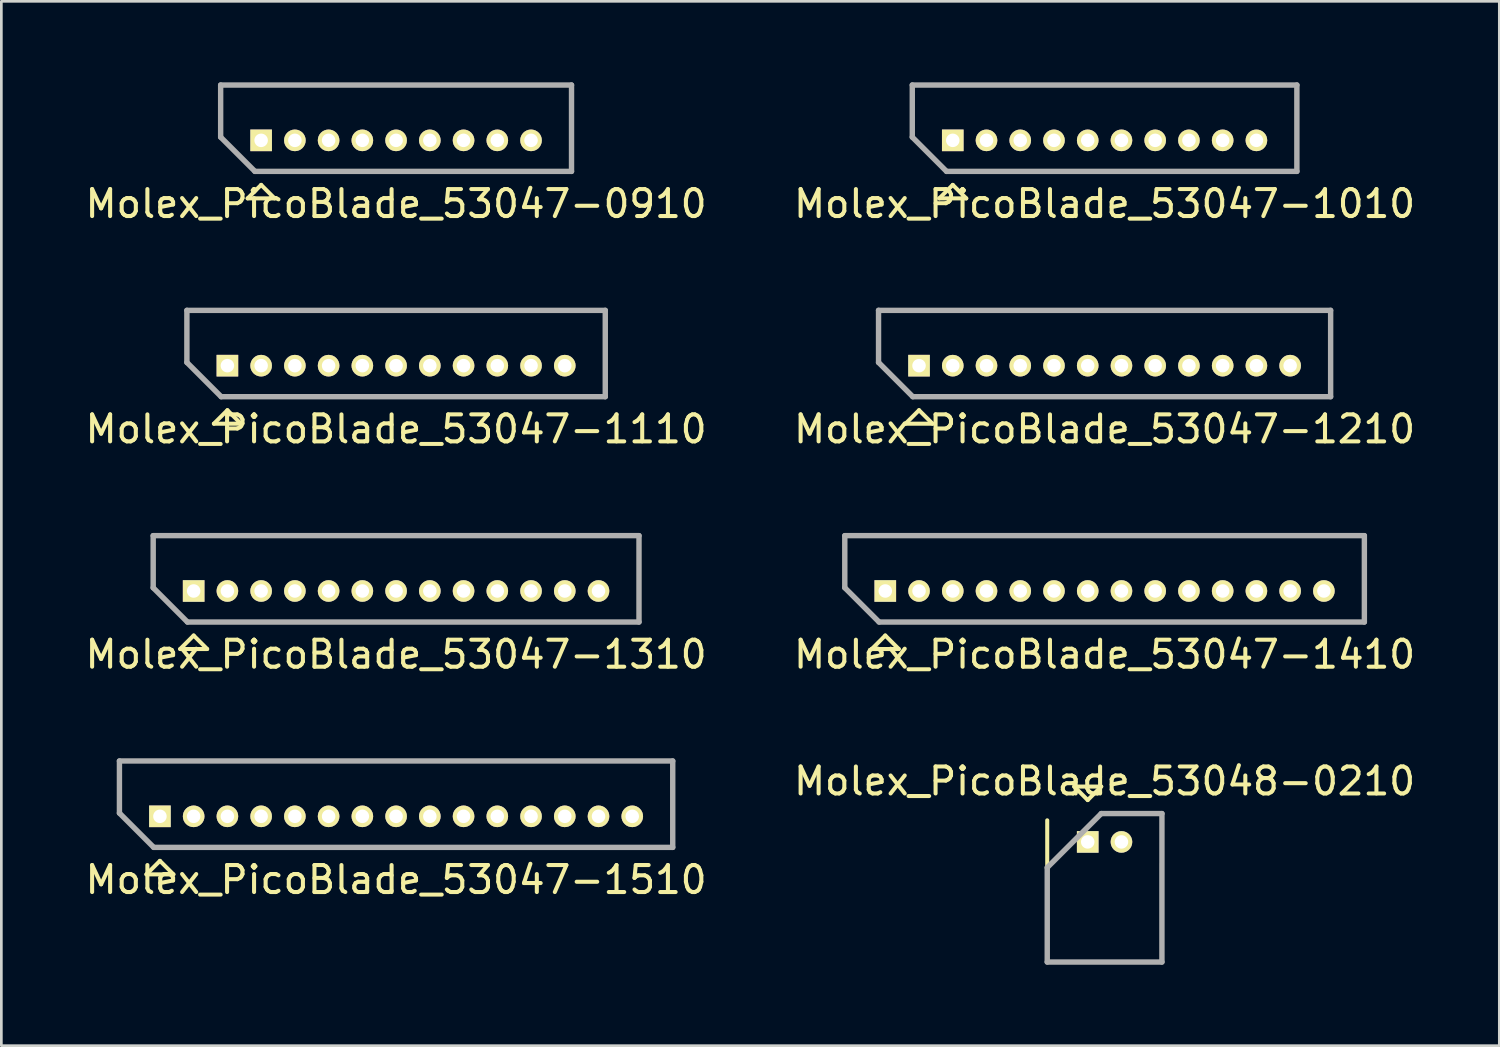
<source format=kicad_pcb>
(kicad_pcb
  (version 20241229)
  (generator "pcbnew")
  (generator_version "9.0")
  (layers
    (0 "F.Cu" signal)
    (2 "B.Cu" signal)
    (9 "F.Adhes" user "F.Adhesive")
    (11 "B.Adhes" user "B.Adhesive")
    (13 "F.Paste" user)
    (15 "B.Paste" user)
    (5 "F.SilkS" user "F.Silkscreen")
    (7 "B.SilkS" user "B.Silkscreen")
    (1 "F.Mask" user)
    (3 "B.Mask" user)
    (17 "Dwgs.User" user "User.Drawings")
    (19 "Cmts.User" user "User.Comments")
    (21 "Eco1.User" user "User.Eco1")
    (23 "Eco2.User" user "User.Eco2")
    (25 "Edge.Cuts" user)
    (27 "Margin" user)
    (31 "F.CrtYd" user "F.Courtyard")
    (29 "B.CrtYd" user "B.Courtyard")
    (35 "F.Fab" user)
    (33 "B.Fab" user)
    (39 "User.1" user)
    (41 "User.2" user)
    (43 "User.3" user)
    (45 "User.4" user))
  (footprint "Molex_PicoBlade_53047-0910"
    (layer "F.Cu")
    (at 6.625 2.15)
    (property "Reference" "Molex_PicoBlade_53047-0910" (at 5 2.35 0) (layer "F.SilkS") (effects (font (size 1 1) (thickness 0.15))))
    (attr through_hole)
    (fp_line (start -1.5 -2.05) (end 11.5 -2.05) (stroke (width 0.15) (type solid)) (layer "F.SilkS"))
    (fp_line (start -1.5 -0.12) (end -1.5 -2.05) (stroke (width 0.15) (type solid)) (layer "F.SilkS"))
    (fp_line (start -0.5 2.15) (end 0 1.65) (stroke (width 0.15) (type solid)) (layer "F.SilkS"))
    (fp_line (start 0 1.65) (end 0.5 2.15) (stroke (width 0.15) (type solid)) (layer "F.SilkS"))
    (fp_line (start 0.5 2.15) (end -0.5 2.15) (stroke (width 0.15) (type solid)) (layer "F.SilkS"))
    (fp_line (start 11.5 -2.05) (end 11.5 1.15) (stroke (width 0.15) (type solid)) (layer "F.SilkS"))
    (fp_line (start 11.5 1.15) (end -0.23 1.15) (stroke (width 0.15) (type solid)) (layer "F.SilkS"))
    (fp_line (start -1.5 -2.05) (end 11.5 -2.05) (stroke (width 0.2) (type solid)) (layer "F.Fab"))
    (fp_line (start -1.5 -0.12) (end -1.5 -2.05) (stroke (width 0.2) (type solid)) (layer "F.Fab"))
    (fp_line (start -0.23 1.15) (end -1.5 -0.12) (stroke (width 0.2) (type solid)) (layer "F.Fab"))
    (fp_line (start 11.5 -2.05) (end 11.5 1.15) (stroke (width 0.2) (type solid)) (layer "F.Fab"))
    (fp_line (start 11.5 1.15) (end -0.23 1.15) (stroke (width 0.2) (type solid)) (layer "F.Fab"))
    (pad "1" thru_hole rect (at 0 0) (size 0.8 0.8) (drill 0.5) (layers "*.Cu" "*.Mask" "F.SilkS"))
    (pad "2" thru_hole oval (at 1.25 0) (size 0.8 0.8) (drill 0.5) (layers "*.Cu" "*.Mask" "F.SilkS"))
    (pad "3" thru_hole oval (at 2.5 0) (size 0.8 0.8) (drill 0.5) (layers "*.Cu" "*.Mask" "F.SilkS"))
    (pad "4" thru_hole oval (at 3.75 0) (size 0.8 0.8) (drill 0.5) (layers "*.Cu" "*.Mask" "F.SilkS"))
    (pad "5" thru_hole oval (at 5 0) (size 0.8 0.8) (drill 0.5) (layers "*.Cu" "*.Mask" "F.SilkS"))
    (pad "6" thru_hole oval (at 6.25 0) (size 0.8 0.8) (drill 0.5) (layers "*.Cu" "*.Mask" "F.SilkS"))
    (pad "7" thru_hole oval (at 7.5 0) (size 0.8 0.8) (drill 0.5) (layers "*.Cu" "*.Mask" "F.SilkS"))
    (pad "8" thru_hole oval (at 8.75 0) (size 0.8 0.8) (drill 0.5) (layers "*.Cu" "*.Mask" "F.SilkS"))
    (pad "9" thru_hole oval (at 10 0) (size 0.8 0.8) (drill 0.5) (layers "*.Cu" "*.Mask" "F.SilkS")))
  (footprint "Molex_PicoBlade_53047-1510"
    (layer "F.Cu")
    (at 2.875 27.195)
    (property "Reference" "Molex_PicoBlade_53047-1510" (at 8.75 2.35 0) (layer "F.SilkS") (effects (font (size 1 1) (thickness 0.15))))
    (attr through_hole)
    (fp_line (start -1.5 -2.05) (end 19 -2.05) (stroke (width 0.15) (type solid)) (layer "F.SilkS"))
    (fp_line (start -1.5 -0.12) (end -1.5 -2.05) (stroke (width 0.15) (type solid)) (layer "F.SilkS"))
    (fp_line (start -0.5 2.15) (end 0 1.65) (stroke (width 0.15) (type solid)) (layer "F.SilkS"))
    (fp_line (start 0 1.65) (end 0.5 2.15) (stroke (width 0.15) (type solid)) (layer "F.SilkS"))
    (fp_line (start 0.5 2.15) (end -0.5 2.15) (stroke (width 0.15) (type solid)) (layer "F.SilkS"))
    (fp_line (start 19 -2.05) (end 19 1.15) (stroke (width 0.15) (type solid)) (layer "F.SilkS"))
    (fp_line (start 19 1.15) (end -0.23 1.15) (stroke (width 0.15) (type solid)) (layer "F.SilkS"))
    (fp_line (start -1.5 -2.05) (end 19 -2.05) (stroke (width 0.2) (type solid)) (layer "F.Fab"))
    (fp_line (start -1.5 -0.12) (end -1.5 -2.05) (stroke (width 0.2) (type solid)) (layer "F.Fab"))
    (fp_line (start -0.23 1.15) (end -1.5 -0.12) (stroke (width 0.2) (type solid)) (layer "F.Fab"))
    (fp_line (start 19 -2.05) (end 19 1.15) (stroke (width 0.2) (type solid)) (layer "F.Fab"))
    (fp_line (start 19 1.15) (end -0.23 1.15) (stroke (width 0.2) (type solid)) (layer "F.Fab"))
    (pad "1" thru_hole rect (at 0 0) (size 0.8 0.8) (drill 0.5) (layers "*.Cu" "*.Mask" "F.SilkS"))
    (pad "2" thru_hole oval (at 1.25 0) (size 0.8 0.8) (drill 0.5) (layers "*.Cu" "*.Mask" "F.SilkS"))
    (pad "3" thru_hole oval (at 2.5 0) (size 0.8 0.8) (drill 0.5) (layers "*.Cu" "*.Mask" "F.SilkS"))
    (pad "4" thru_hole oval (at 3.75 0) (size 0.8 0.8) (drill 0.5) (layers "*.Cu" "*.Mask" "F.SilkS"))
    (pad "5" thru_hole oval (at 5 0) (size 0.8 0.8) (drill 0.5) (layers "*.Cu" "*.Mask" "F.SilkS"))
    (pad "6" thru_hole oval (at 6.25 0) (size 0.8 0.8) (drill 0.5) (layers "*.Cu" "*.Mask" "F.SilkS"))
    (pad "7" thru_hole oval (at 7.5 0) (size 0.8 0.8) (drill 0.5) (layers "*.Cu" "*.Mask" "F.SilkS"))
    (pad "8" thru_hole oval (at 8.75 0) (size 0.8 0.8) (drill 0.5) (layers "*.Cu" "*.Mask" "F.SilkS"))
    (pad "9" thru_hole oval (at 10 0) (size 0.8 0.8) (drill 0.5) (layers "*.Cu" "*.Mask" "F.SilkS"))
    (pad "10" thru_hole oval (at 11.25 0) (size 0.8 0.8) (drill 0.5) (layers "*.Cu" "*.Mask" "F.SilkS"))
    (pad "11" thru_hole oval (at 12.5 0) (size 0.8 0.8) (drill 0.5) (layers "*.Cu" "*.Mask" "F.SilkS"))
    (pad "12" thru_hole oval (at 13.75 0) (size 0.8 0.8) (drill 0.5) (layers "*.Cu" "*.Mask" "F.SilkS"))
    (pad "13" thru_hole oval (at 15 0) (size 0.8 0.8) (drill 0.5) (layers "*.Cu" "*.Mask" "F.SilkS"))
    (pad "14" thru_hole oval (at 16.25 0) (size 0.8 0.8) (drill 0.5) (layers "*.Cu" "*.Mask" "F.SilkS"))
    (pad "15" thru_hole oval (at 17.5 0) (size 0.8 0.8) (drill 0.5) (layers "*.Cu" "*.Mask" "F.SilkS")))
  (footprint "Molex_PicoBlade_53047-1110"
    (layer "F.Cu")
    (at 5.375 10.498)
    (property "Reference" "Molex_PicoBlade_53047-1110" (at 6.25 2.35 0) (layer "F.SilkS") (effects (font (size 1 1) (thickness 0.15))))
    (attr through_hole)
    (fp_line (start -1.5 -2.05) (end 14 -2.05) (stroke (width 0.15) (type solid)) (layer "F.SilkS"))
    (fp_line (start -1.5 -0.12) (end -1.5 -2.05) (stroke (width 0.15) (type solid)) (layer "F.SilkS"))
    (fp_line (start -0.5 2.15) (end 0 1.65) (stroke (width 0.15) (type solid)) (layer "F.SilkS"))
    (fp_line (start 0 1.65) (end 0.5 2.15) (stroke (width 0.15) (type solid)) (layer "F.SilkS"))
    (fp_line (start 0.5 2.15) (end -0.5 2.15) (stroke (width 0.15) (type solid)) (layer "F.SilkS"))
    (fp_line (start 14 -2.05) (end 14 1.15) (stroke (width 0.15) (type solid)) (layer "F.SilkS"))
    (fp_line (start 14 1.15) (end -0.23 1.15) (stroke (width 0.15) (type solid)) (layer "F.SilkS"))
    (fp_line (start -1.5 -2.05) (end 14 -2.05) (stroke (width 0.2) (type solid)) (layer "F.Fab"))
    (fp_line (start -1.5 -0.12) (end -1.5 -2.05) (stroke (width 0.2) (type solid)) (layer "F.Fab"))
    (fp_line (start -0.23 1.15) (end -1.5 -0.12) (stroke (width 0.2) (type solid)) (layer "F.Fab"))
    (fp_line (start 14 -2.05) (end 14 1.15) (stroke (width 0.2) (type solid)) (layer "F.Fab"))
    (fp_line (start 14 1.15) (end -0.23 1.15) (stroke (width 0.2) (type solid)) (layer "F.Fab"))
    (pad "1" thru_hole rect (at 0 0) (size 0.8 0.8) (drill 0.5) (layers "*.Cu" "*.Mask" "F.SilkS"))
    (pad "2" thru_hole oval (at 1.25 0) (size 0.8 0.8) (drill 0.5) (layers "*.Cu" "*.Mask" "F.SilkS"))
    (pad "3" thru_hole oval (at 2.5 0) (size 0.8 0.8) (drill 0.5) (layers "*.Cu" "*.Mask" "F.SilkS"))
    (pad "4" thru_hole oval (at 3.75 0) (size 0.8 0.8) (drill 0.5) (layers "*.Cu" "*.Mask" "F.SilkS"))
    (pad "5" thru_hole oval (at 5 0) (size 0.8 0.8) (drill 0.5) (layers "*.Cu" "*.Mask" "F.SilkS"))
    (pad "6" thru_hole oval (at 6.25 0) (size 0.8 0.8) (drill 0.5) (layers "*.Cu" "*.Mask" "F.SilkS"))
    (pad "7" thru_hole oval (at 7.5 0) (size 0.8 0.8) (drill 0.5) (layers "*.Cu" "*.Mask" "F.SilkS"))
    (pad "8" thru_hole oval (at 8.75 0) (size 0.8 0.8) (drill 0.5) (layers "*.Cu" "*.Mask" "F.SilkS"))
    (pad "9" thru_hole oval (at 10 0) (size 0.8 0.8) (drill 0.5) (layers "*.Cu" "*.Mask" "F.SilkS"))
    (pad "10" thru_hole oval (at 11.25 0) (size 0.8 0.8) (drill 0.5) (layers "*.Cu" "*.Mask" "F.SilkS"))
    (pad "11" thru_hole oval (at 12.5 0) (size 0.8 0.8) (drill 0.5) (layers "*.Cu" "*.Mask" "F.SilkS")))
  (footprint "Molex_PicoBlade_53047-1410"
    (layer "F.Cu")
    (at 29.75 18.846)
    (property "Reference" "Molex_PicoBlade_53047-1410" (at 8.125 2.35 0) (layer "F.SilkS") (effects (font (size 1 1) (thickness 0.15))))
    (attr through_hole)
    (fp_line (start -1.5 -2.05) (end 17.75 -2.05) (stroke (width 0.15) (type solid)) (layer "F.SilkS"))
    (fp_line (start -1.5 -0.12) (end -1.5 -2.05) (stroke (width 0.15) (type solid)) (layer "F.SilkS"))
    (fp_line (start -0.5 2.15) (end 0 1.65) (stroke (width 0.15) (type solid)) (layer "F.SilkS"))
    (fp_line (start 0 1.65) (end 0.5 2.15) (stroke (width 0.15) (type solid)) (layer "F.SilkS"))
    (fp_line (start 0.5 2.15) (end -0.5 2.15) (stroke (width 0.15) (type solid)) (layer "F.SilkS"))
    (fp_line (start 17.75 -2.05) (end 17.75 1.15) (stroke (width 0.15) (type solid)) (layer "F.SilkS"))
    (fp_line (start 17.75 1.15) (end -0.23 1.15) (stroke (width 0.15) (type solid)) (layer "F.SilkS"))
    (fp_line (start -1.5 -2.05) (end 17.75 -2.05) (stroke (width 0.2) (type solid)) (layer "F.Fab"))
    (fp_line (start -1.5 -0.12) (end -1.5 -2.05) (stroke (width 0.2) (type solid)) (layer "F.Fab"))
    (fp_line (start -0.23 1.15) (end -1.5 -0.12) (stroke (width 0.2) (type solid)) (layer "F.Fab"))
    (fp_line (start 17.75 -2.05) (end 17.75 1.15) (stroke (width 0.2) (type solid)) (layer "F.Fab"))
    (fp_line (start 17.75 1.15) (end -0.23 1.15) (stroke (width 0.2) (type solid)) (layer "F.Fab"))
    (pad "1" thru_hole rect (at 0 0) (size 0.8 0.8) (drill 0.5) (layers "*.Cu" "*.Mask" "F.SilkS"))
    (pad "2" thru_hole oval (at 1.25 0) (size 0.8 0.8) (drill 0.5) (layers "*.Cu" "*.Mask" "F.SilkS"))
    (pad "3" thru_hole oval (at 2.5 0) (size 0.8 0.8) (drill 0.5) (layers "*.Cu" "*.Mask" "F.SilkS"))
    (pad "4" thru_hole oval (at 3.75 0) (size 0.8 0.8) (drill 0.5) (layers "*.Cu" "*.Mask" "F.SilkS"))
    (pad "5" thru_hole oval (at 5 0) (size 0.8 0.8) (drill 0.5) (layers "*.Cu" "*.Mask" "F.SilkS"))
    (pad "6" thru_hole oval (at 6.25 0) (size 0.8 0.8) (drill 0.5) (layers "*.Cu" "*.Mask" "F.SilkS"))
    (pad "7" thru_hole oval (at 7.5 0) (size 0.8 0.8) (drill 0.5) (layers "*.Cu" "*.Mask" "F.SilkS"))
    (pad "8" thru_hole oval (at 8.75 0) (size 0.8 0.8) (drill 0.5) (layers "*.Cu" "*.Mask" "F.SilkS"))
    (pad "9" thru_hole oval (at 10 0) (size 0.8 0.8) (drill 0.5) (layers "*.Cu" "*.Mask" "F.SilkS"))
    (pad "10" thru_hole oval (at 11.25 0) (size 0.8 0.8) (drill 0.5) (layers "*.Cu" "*.Mask" "F.SilkS"))
    (pad "11" thru_hole oval (at 12.5 0) (size 0.8 0.8) (drill 0.5) (layers "*.Cu" "*.Mask" "F.SilkS"))
    (pad "12" thru_hole oval (at 13.75 0) (size 0.8 0.8) (drill 0.5) (layers "*.Cu" "*.Mask" "F.SilkS"))
    (pad "13" thru_hole oval (at 15 0) (size 0.8 0.8) (drill 0.5) (layers "*.Cu" "*.Mask" "F.SilkS"))
    (pad "14" thru_hole oval (at 16.25 0) (size 0.8 0.8) (drill 0.5) (layers "*.Cu" "*.Mask" "F.SilkS")))
  (footprint "Molex_PicoBlade_53047-1310"
    (layer "F.Cu")
    (at 4.125 18.846)
    (property "Reference" "Molex_PicoBlade_53047-1310" (at 7.5 2.35 0) (layer "F.SilkS") (effects (font (size 1 1) (thickness 0.15))))
    (attr through_hole)
    (fp_line (start -1.5 -2.05) (end 16.5 -2.05) (stroke (width 0.15) (type solid)) (layer "F.SilkS"))
    (fp_line (start -1.5 -0.12) (end -1.5 -2.05) (stroke (width 0.15) (type solid)) (layer "F.SilkS"))
    (fp_line (start -0.5 2.15) (end 0 1.65) (stroke (width 0.15) (type solid)) (layer "F.SilkS"))
    (fp_line (start 0 1.65) (end 0.5 2.15) (stroke (width 0.15) (type solid)) (layer "F.SilkS"))
    (fp_line (start 0.5 2.15) (end -0.5 2.15) (stroke (width 0.15) (type solid)) (layer "F.SilkS"))
    (fp_line (start 16.5 -2.05) (end 16.5 1.15) (stroke (width 0.15) (type solid)) (layer "F.SilkS"))
    (fp_line (start 16.5 1.15) (end -0.23 1.15) (stroke (width 0.15) (type solid)) (layer "F.SilkS"))
    (fp_line (start -1.5 -2.05) (end 16.5 -2.05) (stroke (width 0.2) (type solid)) (layer "F.Fab"))
    (fp_line (start -1.5 -0.12) (end -1.5 -2.05) (stroke (width 0.2) (type solid)) (layer "F.Fab"))
    (fp_line (start -0.23 1.15) (end -1.5 -0.12) (stroke (width 0.2) (type solid)) (layer "F.Fab"))
    (fp_line (start 16.5 -2.05) (end 16.5 1.15) (stroke (width 0.2) (type solid)) (layer "F.Fab"))
    (fp_line (start 16.5 1.15) (end -0.23 1.15) (stroke (width 0.2) (type solid)) (layer "F.Fab"))
    (pad "1" thru_hole rect (at 0 0) (size 0.8 0.8) (drill 0.5) (layers "*.Cu" "*.Mask" "F.SilkS"))
    (pad "2" thru_hole oval (at 1.25 0) (size 0.8 0.8) (drill 0.5) (layers "*.Cu" "*.Mask" "F.SilkS"))
    (pad "3" thru_hole oval (at 2.5 0) (size 0.8 0.8) (drill 0.5) (layers "*.Cu" "*.Mask" "F.SilkS"))
    (pad "4" thru_hole oval (at 3.75 0) (size 0.8 0.8) (drill 0.5) (layers "*.Cu" "*.Mask" "F.SilkS"))
    (pad "5" thru_hole oval (at 5 0) (size 0.8 0.8) (drill 0.5) (layers "*.Cu" "*.Mask" "F.SilkS"))
    (pad "6" thru_hole oval (at 6.25 0) (size 0.8 0.8) (drill 0.5) (layers "*.Cu" "*.Mask" "F.SilkS"))
    (pad "7" thru_hole oval (at 7.5 0) (size 0.8 0.8) (drill 0.5) (layers "*.Cu" "*.Mask" "F.SilkS"))
    (pad "8" thru_hole oval (at 8.75 0) (size 0.8 0.8) (drill 0.5) (layers "*.Cu" "*.Mask" "F.SilkS"))
    (pad "9" thru_hole oval (at 10 0) (size 0.8 0.8) (drill 0.5) (layers "*.Cu" "*.Mask" "F.SilkS"))
    (pad "10" thru_hole oval (at 11.25 0) (size 0.8 0.8) (drill 0.5) (layers "*.Cu" "*.Mask" "F.SilkS"))
    (pad "11" thru_hole oval (at 12.5 0) (size 0.8 0.8) (drill 0.5) (layers "*.Cu" "*.Mask" "F.SilkS"))
    (pad "12" thru_hole oval (at 13.75 0) (size 0.8 0.8) (drill 0.5) (layers "*.Cu" "*.Mask" "F.SilkS"))
    (pad "13" thru_hole oval (at 15 0) (size 0.8 0.8) (drill 0.5) (layers "*.Cu" "*.Mask" "F.SilkS")))
  (footprint "Molex_PicoBlade_53047-1210"
    (layer "F.Cu")
    (at 31 10.498)
    (property "Reference" "Molex_PicoBlade_53047-1210" (at 6.875 2.35 0) (layer "F.SilkS") (effects (font (size 1 1) (thickness 0.15))))
    (attr through_hole)
    (fp_line (start -1.5 -2.05) (end 15.25 -2.05) (stroke (width 0.15) (type solid)) (layer "F.SilkS"))
    (fp_line (start -1.5 -0.12) (end -1.5 -2.05) (stroke (width 0.15) (type solid)) (layer "F.SilkS"))
    (fp_line (start -0.5 2.15) (end 0 1.65) (stroke (width 0.15) (type solid)) (layer "F.SilkS"))
    (fp_line (start 0 1.65) (end 0.5 2.15) (stroke (width 0.15) (type solid)) (layer "F.SilkS"))
    (fp_line (start 0.5 2.15) (end -0.5 2.15) (stroke (width 0.15) (type solid)) (layer "F.SilkS"))
    (fp_line (start 15.25 -2.05) (end 15.25 1.15) (stroke (width 0.15) (type solid)) (layer "F.SilkS"))
    (fp_line (start 15.25 1.15) (end -0.23 1.15) (stroke (width 0.15) (type solid)) (layer "F.SilkS"))
    (fp_line (start -1.5 -2.05) (end 15.25 -2.05) (stroke (width 0.2) (type solid)) (layer "F.Fab"))
    (fp_line (start -1.5 -0.12) (end -1.5 -2.05) (stroke (width 0.2) (type solid)) (layer "F.Fab"))
    (fp_line (start -0.23 1.15) (end -1.5 -0.12) (stroke (width 0.2) (type solid)) (layer "F.Fab"))
    (fp_line (start 15.25 -2.05) (end 15.25 1.15) (stroke (width 0.2) (type solid)) (layer "F.Fab"))
    (fp_line (start 15.25 1.15) (end -0.23 1.15) (stroke (width 0.2) (type solid)) (layer "F.Fab"))
    (pad "1" thru_hole rect (at 0 0) (size 0.8 0.8) (drill 0.5) (layers "*.Cu" "*.Mask" "F.SilkS"))
    (pad "2" thru_hole oval (at 1.25 0) (size 0.8 0.8) (drill 0.5) (layers "*.Cu" "*.Mask" "F.SilkS"))
    (pad "3" thru_hole oval (at 2.5 0) (size 0.8 0.8) (drill 0.5) (layers "*.Cu" "*.Mask" "F.SilkS"))
    (pad "4" thru_hole oval (at 3.75 0) (size 0.8 0.8) (drill 0.5) (layers "*.Cu" "*.Mask" "F.SilkS"))
    (pad "5" thru_hole oval (at 5 0) (size 0.8 0.8) (drill 0.5) (layers "*.Cu" "*.Mask" "F.SilkS"))
    (pad "6" thru_hole oval (at 6.25 0) (size 0.8 0.8) (drill 0.5) (layers "*.Cu" "*.Mask" "F.SilkS"))
    (pad "7" thru_hole oval (at 7.5 0) (size 0.8 0.8) (drill 0.5) (layers "*.Cu" "*.Mask" "F.SilkS"))
    (pad "8" thru_hole oval (at 8.75 0) (size 0.8 0.8) (drill 0.5) (layers "*.Cu" "*.Mask" "F.SilkS"))
    (pad "9" thru_hole oval (at 10 0) (size 0.8 0.8) (drill 0.5) (layers "*.Cu" "*.Mask" "F.SilkS"))
    (pad "10" thru_hole oval (at 11.25 0) (size 0.8 0.8) (drill 0.5) (layers "*.Cu" "*.Mask" "F.SilkS"))
    (pad "11" thru_hole oval (at 12.5 0) (size 0.8 0.8) (drill 0.5) (layers "*.Cu" "*.Mask" "F.SilkS"))
    (pad "12" thru_hole oval (at 13.75 0) (size 0.8 0.8) (drill 0.5) (layers "*.Cu" "*.Mask" "F.SilkS")))
  (footprint "Molex_PicoBlade_53047-1010"
    (layer "F.Cu")
    (at 32.25 2.15)
    (property "Reference" "Molex_PicoBlade_53047-1010" (at 5.625 2.35 0) (layer "F.SilkS") (effects (font (size 1 1) (thickness 0.15))))
    (attr through_hole)
    (fp_line (start -1.5 -2.05) (end 12.75 -2.05) (stroke (width 0.15) (type solid)) (layer "F.SilkS"))
    (fp_line (start -1.5 -0.12) (end -1.5 -2.05) (stroke (width 0.15) (type solid)) (layer "F.SilkS"))
    (fp_line (start -0.5 2.15) (end 0 1.65) (stroke (width 0.15) (type solid)) (layer "F.SilkS"))
    (fp_line (start 0 1.65) (end 0.5 2.15) (stroke (width 0.15) (type solid)) (layer "F.SilkS"))
    (fp_line (start 0.5 2.15) (end -0.5 2.15) (stroke (width 0.15) (type solid)) (layer "F.SilkS"))
    (fp_line (start 12.75 -2.05) (end 12.75 1.15) (stroke (width 0.15) (type solid)) (layer "F.SilkS"))
    (fp_line (start 12.75 1.15) (end -0.23 1.15) (stroke (width 0.15) (type solid)) (layer "F.SilkS"))
    (fp_line (start -1.5 -2.05) (end 12.75 -2.05) (stroke (width 0.2) (type solid)) (layer "F.Fab"))
    (fp_line (start -1.5 -0.12) (end -1.5 -2.05) (stroke (width 0.2) (type solid)) (layer "F.Fab"))
    (fp_line (start -0.23 1.15) (end -1.5 -0.12) (stroke (width 0.2) (type solid)) (layer "F.Fab"))
    (fp_line (start 12.75 -2.05) (end 12.75 1.15) (stroke (width 0.2) (type solid)) (layer "F.Fab"))
    (fp_line (start 12.75 1.15) (end -0.23 1.15) (stroke (width 0.2) (type solid)) (layer "F.Fab"))
    (pad "1" thru_hole rect (at 0 0) (size 0.8 0.8) (drill 0.5) (layers "*.Cu" "*.Mask" "F.SilkS"))
    (pad "2" thru_hole oval (at 1.25 0) (size 0.8 0.8) (drill 0.5) (layers "*.Cu" "*.Mask" "F.SilkS"))
    (pad "3" thru_hole oval (at 2.5 0) (size 0.8 0.8) (drill 0.5) (layers "*.Cu" "*.Mask" "F.SilkS"))
    (pad "4" thru_hole oval (at 3.75 0) (size 0.8 0.8) (drill 0.5) (layers "*.Cu" "*.Mask" "F.SilkS"))
    (pad "5" thru_hole oval (at 5 0) (size 0.8 0.8) (drill 0.5) (layers "*.Cu" "*.Mask" "F.SilkS"))
    (pad "6" thru_hole oval (at 6.25 0) (size 0.8 0.8) (drill 0.5) (layers "*.Cu" "*.Mask" "F.SilkS"))
    (pad "7" thru_hole oval (at 7.5 0) (size 0.8 0.8) (drill 0.5) (layers "*.Cu" "*.Mask" "F.SilkS"))
    (pad "8" thru_hole oval (at 8.75 0) (size 0.8 0.8) (drill 0.5) (layers "*.Cu" "*.Mask" "F.SilkS"))
    (pad "9" thru_hole oval (at 10 0) (size 0.8 0.8) (drill 0.5) (layers "*.Cu" "*.Mask" "F.SilkS"))
    (pad "10" thru_hole oval (at 11.25 0) (size 0.8 0.8) (drill 0.5) (layers "*.Cu" "*.Mask" "F.SilkS")))
  (footprint "Molex_PicoBlade_53048-0210"
    (layer "F.Cu")
    (at 37.25 28.143)
    (property "Reference" "Molex_PicoBlade_53048-0210" (at 0.625 -2.25 0) (layer "F.SilkS") (effects (font (size 1 1) (thickness 0.15))))
    (attr through_hole)
    (fp_line (start -1.5 -0.8) (end -1.5 4.45) (stroke (width 0.15) (type solid)) (layer "F.SilkS"))
    (fp_line (start -1.5 4.45) (end 2.75 4.45) (stroke (width 0.15) (type solid)) (layer "F.SilkS"))
    (fp_line (start -0.5 -2.05) (end 0.5 -2.05) (stroke (width 0.15) (type solid)) (layer "F.SilkS"))
    (fp_line (start 0 -1.55) (end -0.5 -2.05) (stroke (width 0.15) (type solid)) (layer "F.SilkS"))
    (fp_line (start 0.5 -2.05) (end 0 -1.55) (stroke (width 0.15) (type solid)) (layer "F.SilkS"))
    (fp_line (start 2.75 4.45) (end 2.75 0.8) (stroke (width 0.15) (type solid)) (layer "F.SilkS"))
    (fp_line (start -1.5 0.95) (end -1.5 4.45) (stroke (width 0.2) (type solid)) (layer "F.Fab"))
    (fp_line (start -1.5 4.45) (end 2.75 4.45) (stroke (width 0.2) (type solid)) (layer "F.Fab"))
    (fp_line (start 0.5 -1.05) (end -1.5 0.95) (stroke (width 0.2) (type solid)) (layer "F.Fab"))
    (fp_line (start 2.75 -1.05) (end 0.5 -1.05) (stroke (width 0.2) (type solid)) (layer "F.Fab"))
    (fp_line (start 2.75 4.45) (end 2.75 -1.05) (stroke (width 0.2) (type solid)) (layer "F.Fab"))
    (pad "1" thru_hole rect (at 0 0) (size 0.8 0.8) (drill 0.5) (layers "*.Cu" "*.Mask" "F.SilkS"))
    (pad "2" thru_hole oval (at 1.25 0) (size 0.8 0.8) (drill 0.5) (layers "*.Cu" "*.Mask" "F.SilkS")))
  (gr_rect
    (start -3 -3)
    (end 52.5 35.693)
    (stroke (width 0.1) (type default))
    (fill no)
    (layer "Edge.Cuts")))
</source>
